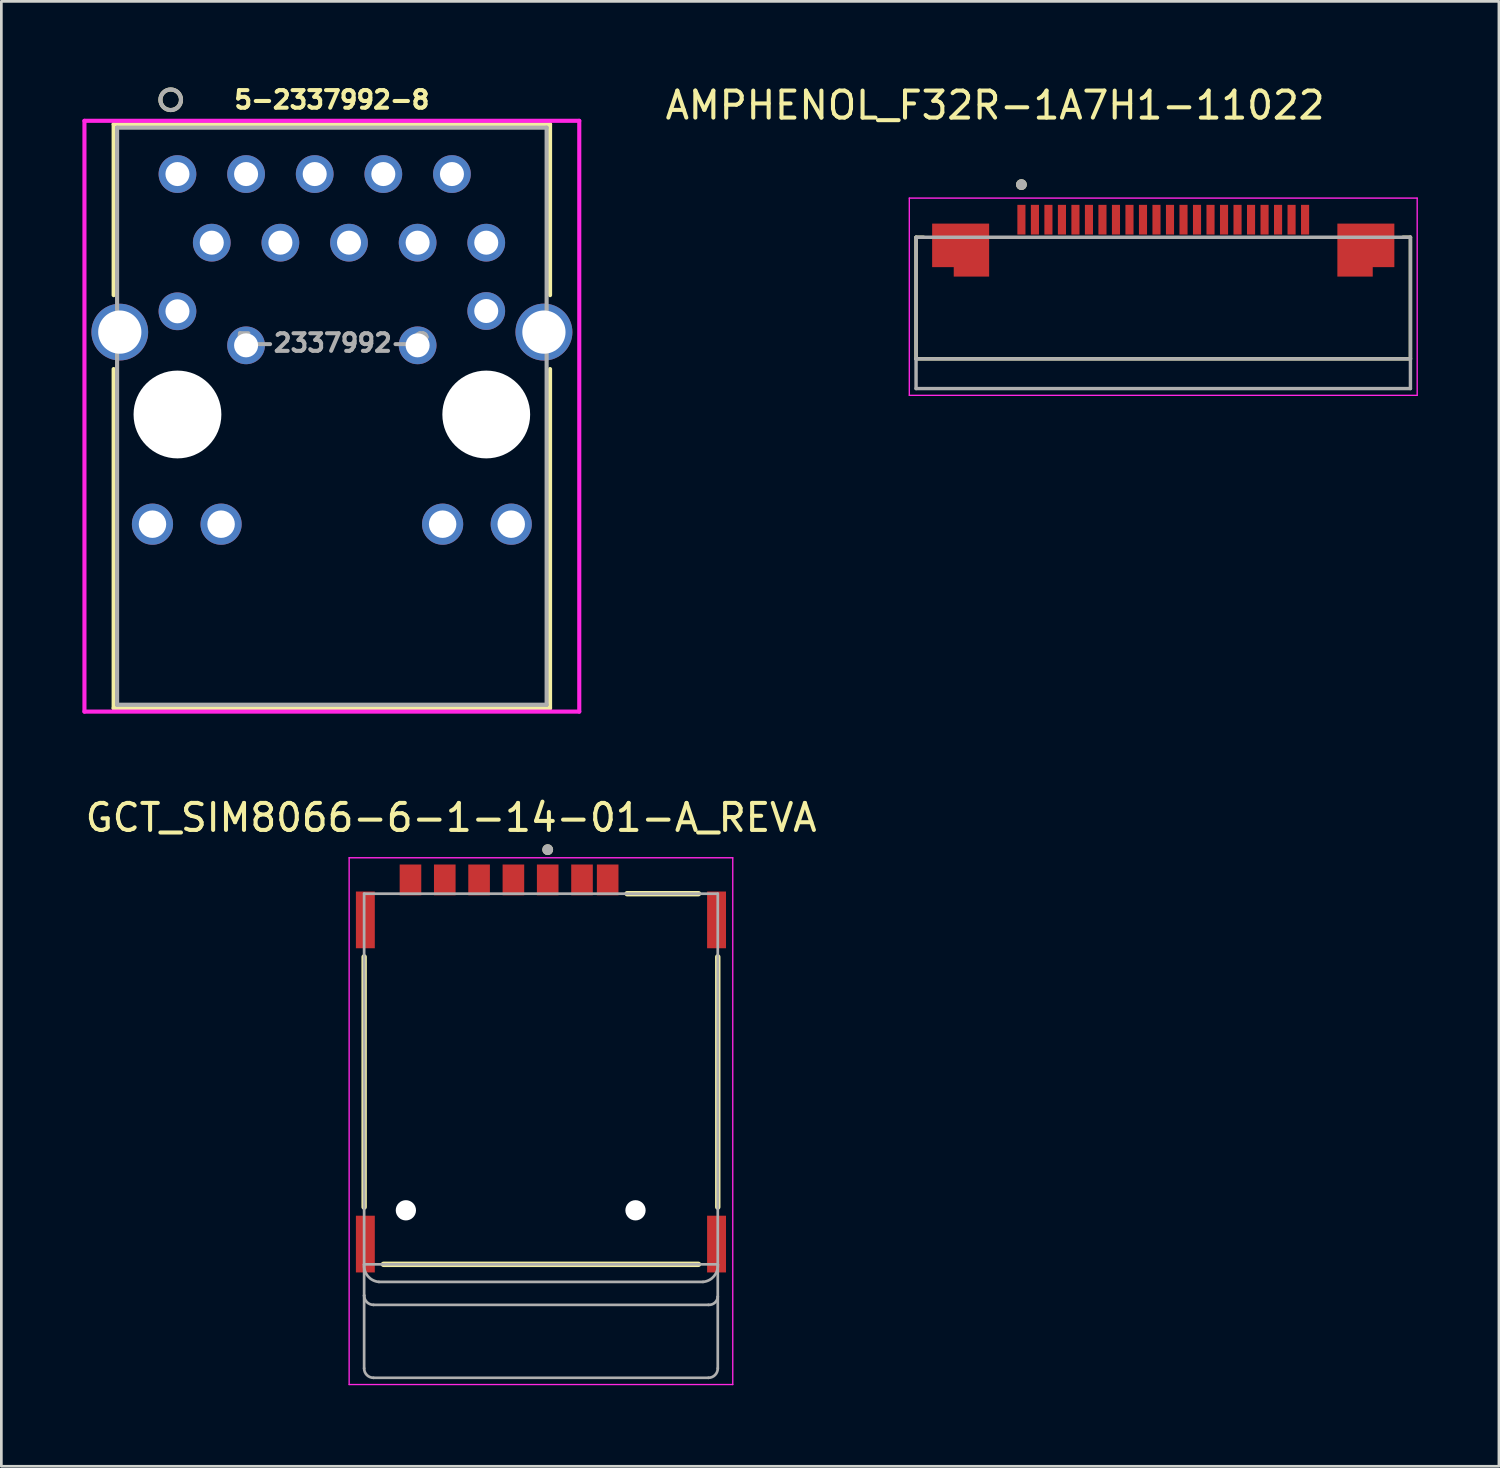
<source format=kicad_pcb>
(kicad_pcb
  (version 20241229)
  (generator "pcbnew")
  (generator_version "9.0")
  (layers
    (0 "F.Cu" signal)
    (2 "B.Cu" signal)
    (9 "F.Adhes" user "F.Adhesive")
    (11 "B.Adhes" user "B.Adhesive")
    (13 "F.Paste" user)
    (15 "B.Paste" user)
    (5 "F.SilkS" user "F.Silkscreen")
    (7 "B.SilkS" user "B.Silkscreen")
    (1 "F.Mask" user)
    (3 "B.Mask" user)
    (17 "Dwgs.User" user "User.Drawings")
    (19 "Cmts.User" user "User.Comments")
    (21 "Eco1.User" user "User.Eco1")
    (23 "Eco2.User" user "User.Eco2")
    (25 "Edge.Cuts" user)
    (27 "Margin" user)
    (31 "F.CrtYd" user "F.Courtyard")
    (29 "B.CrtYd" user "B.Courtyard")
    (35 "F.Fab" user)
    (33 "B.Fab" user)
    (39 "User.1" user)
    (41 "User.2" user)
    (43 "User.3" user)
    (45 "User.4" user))
  (footprint "GCT_SIM8066-6-1-14-01-A_REVA"
    (layer "F.Cu")
    (at 16.974 36.891)
    (property "Reference" "GCT_SIM8066-6-1-14-01-A_REVA" (at -3.325 -9.675 0) (layer "F.SilkS") (effects (font (size 1 1) (thickness 0.15))))
    (attr smd)
    (fp_line (start -6.545 -4.52) (end -6.545 4.74) (stroke (width 0.2) (type solid)) (layer "F.SilkS"))
    (fp_line (start -5.83 6.86) (end 5.83 6.86) (stroke (width 0.2) (type solid)) (layer "F.SilkS"))
    (fp_line (start 3.19 -6.86) (end 5.83 -6.86) (stroke (width 0.2) (type solid)) (layer "F.SilkS"))
    (fp_line (start 6.545 -4.52) (end 6.545 4.74) (stroke (width 0.2) (type solid)) (layer "F.SilkS"))
    (fp_circle (center 0.25 -8.49) (end 0.35 -8.49) (stroke (width 0.2) (type solid)) (fill no) (layer "F.SilkS"))
    (fp_line (start -7.1 -8.19) (end 7.1 -8.19) (stroke (width 0.05) (type solid)) (layer "F.CrtYd"))
    (fp_line (start -7.1 11.31) (end -7.1 -8.19) (stroke (width 0.05) (type solid)) (layer "F.CrtYd"))
    (fp_line (start 7.1 -8.19) (end 7.1 11.31) (stroke (width 0.05) (type solid)) (layer "F.CrtYd"))
    (fp_line (start 7.1 11.31) (end -7.1 11.31) (stroke (width 0.05) (type solid)) (layer "F.CrtYd"))
    (fp_line (start -6.545 -6.86) (end 6.545 -6.86) (stroke (width 0.1) (type solid)) (layer "F.Fab"))
    (fp_line (start -6.545 6.86) (end -6.545 -6.86) (stroke (width 0.1) (type solid)) (layer "F.Fab"))
    (fp_line (start -6.545 6.86) (end -6.545 8.01) (stroke (width 0.1) (type solid)) (layer "F.Fab"))
    (fp_line (start -6.545 8.01) (end -6.545 10.71) (stroke (width 0.1) (type solid)) (layer "F.Fab"))
    (fp_line (start -6.2 8.36) (end 6.2 8.36) (stroke (width 0.1) (type solid)) (layer "F.Fab"))
    (fp_line (start -6.2 11.06) (end 6.2 11.06) (stroke (width 0.1) (type solid)) (layer "F.Fab"))
    (fp_line (start -6 7.51) (end 6 7.51) (stroke (width 0.1) (type solid)) (layer "F.Fab"))
    (fp_line (start 6.545 -6.86) (end 6.545 6.86) (stroke (width 0.1) (type solid)) (layer "F.Fab"))
    (fp_line (start 6.545 6.86) (end -6.545 6.86) (stroke (width 0.1) (type solid)) (layer "F.Fab"))
    (fp_line (start 6.545 6.86) (end 6.545 8.06) (stroke (width 0.1) (type solid)) (layer "F.Fab"))
    (fp_line (start 6.545 8.06) (end 6.545 10.71) (stroke (width 0.1) (type solid)) (layer "F.Fab"))
    (fp_arc (start -6.2 8.36) (mid -6.444987 8.256452) (end -6.545 8.01) (stroke (width 0.1) (type solid)) (layer "F.Fab"))
    (fp_arc (start -6.2 11.06) (mid -6.444987 10.956452) (end -6.545 10.71) (stroke (width 0.1) (type solid)) (layer "F.Fab"))
    (fp_arc (start -6 7.51) (mid -6.407119 7.297873) (end -6.545 6.86) (stroke (width 0.1) (type solid)) (layer "F.Fab"))
    (fp_arc (start 6.545 6.86) (mid 6.407119 7.297873) (end 6 7.51) (stroke (width 0.1) (type solid)) (layer "F.Fab"))
    (fp_arc (start 6.545 8.06) (mid 6.434632 8.281452) (end 6.2 8.36) (stroke (width 0.1) (type solid)) (layer "F.Fab"))
    (fp_arc (start 6.545 10.71) (mid 6.444987 10.956452) (end 6.2 11.06) (stroke (width 0.1) (type solid)) (layer "F.Fab"))
    (fp_circle (center 0.25 -8.49) (end 0.35 -8.49) (stroke (width 0.2) (type solid)) (fill no) (layer "F.Fab"))
    (pad "" np_thru_hole circle (at -5 4.86) (size 0.75 0.75) (drill 0.75) (layers "*.Cu" "*.Mask"))
    (pad "" np_thru_hole circle (at 3.5 4.86) (size 0.75 0.75) (drill 0.75) (layers "*.Cu" "*.Mask"))
    (pad "C1" smd rect (at 0.25 -7.37) (size 0.8 1.14) (layers "F.Cu" "F.Mask" "F.Paste"))
    (pad "C2" smd rect (at -2.29 -7.37) (size 0.8 1.14) (layers "F.Cu" "F.Mask" "F.Paste"))
    (pad "C3" smd rect (at -4.83 -7.37) (size 0.8 1.14) (layers "F.Cu" "F.Mask" "F.Paste"))
    (pad "C5" smd rect (at 1.52 -7.37) (size 0.8 1.14) (layers "F.Cu" "F.Mask" "F.Paste"))
    (pad "C6" smd rect (at -1.02 -7.37) (size 0.8 1.14) (layers "F.Cu" "F.Mask" "F.Paste"))
    (pad "C7" smd rect (at -3.56 -7.37) (size 0.8 1.14) (layers "F.Cu" "F.Mask" "F.Paste"))
    (pad "CD" smd rect (at 2.47 -7.37) (size 0.8 1.14) (layers "F.Cu" "F.Mask" "F.Paste"))
    (pad "G1" smd rect (at -6.5 -5.89) (size 0.7 2.1) (layers "F.Cu" "F.Mask" "F.Paste"))
    (pad "G2" smd rect (at 6.5 -5.89) (size 0.7 2.1) (layers "F.Cu" "F.Mask" "F.Paste"))
    (pad "G3" smd rect (at -6.5 6.11) (size 0.7 2.1) (layers "F.Cu" "F.Mask" "F.Paste"))
    (pad "G4" smd rect (at 6.5 6.11) (size 0.7 2.1) (layers "F.Cu" "F.Mask" "F.Paste"))
    (zone (net_name "") (layer "F.Cu") (hatch full 0.508) (connect_pads) (min_thickness 0.01) (filled_areas_thickness no) (keepout (tracks not_allowed) (vias not_allowed) (pads not_allowed) (copperpour not_allowed) (footprints allowed)) (placement (enabled no)) (fill) (polygon (pts (xy 12.329 40.051) (xy 14.179 40.051) (xy 14.179 43.451) (xy 12.329 43.451))))
    (zone (net_name "") (layer "F.Cu") (hatch full 0.508) (connect_pads) (min_thickness 0.01) (filled_areas_thickness no) (keepout (tracks not_allowed) (vias not_allowed) (pads not_allowed) (copperpour not_allowed) (footprints allowed)) (placement (enabled no)) (fill) (polygon (pts (xy 12.694 34.596) (xy 13.894 34.596) (xy 13.894 37.806) (xy 12.694 37.806))))
    (zone (net_name "") (layer "F.Cu") (hatch full 0.508) (connect_pads) (min_thickness 0.01) (filled_areas_thickness no) (keepout (tracks not_allowed) (vias not_allowed) (pads not_allowed) (copperpour not_allowed) (footprints allowed)) (placement (enabled no)) (fill) (polygon (pts (xy 14.869 40.051) (xy 16.719 40.051) (xy 16.719 43.451) (xy 14.869 43.451))))
    (zone (net_name "") (layer "F.Cu") (hatch full 0.508) (connect_pads) (min_thickness 0.01) (filled_areas_thickness no) (keepout (tracks not_allowed) (vias not_allowed) (pads not_allowed) (copperpour not_allowed) (footprints allowed)) (placement (enabled no)) (fill) (polygon (pts (xy 15.234 34.596) (xy 16.434 34.596) (xy 16.434 37.806) (xy 15.234 37.806))))
    (zone (net_name "") (layer "F.Cu") (hatch full 0.508) (connect_pads) (min_thickness 0.01) (filled_areas_thickness no) (keepout (tracks not_allowed) (vias not_allowed) (pads not_allowed) (copperpour not_allowed) (footprints allowed)) (placement (enabled no)) (fill) (polygon (pts (xy 17.409 40.051) (xy 19.259 40.051) (xy 19.259 43.451) (xy 17.409 43.451))))
    (zone (net_name "") (layer "F.Cu") (hatch full 0.508) (connect_pads) (min_thickness 0.01) (filled_areas_thickness no) (keepout (tracks not_allowed) (vias not_allowed) (pads not_allowed) (copperpour not_allowed) (footprints allowed)) (placement (enabled no)) (fill) (polygon (pts (xy 17.774 31.206) (xy 18.974 31.206) (xy 18.974 33.756) (xy 17.774 33.756))))
    (zone (net_name "") (layer "F.Cu") (hatch full 0.508) (connect_pads) (min_thickness 0.01) (filled_areas_thickness no) (keepout (tracks not_allowed) (vias not_allowed) (pads not_allowed) (copperpour not_allowed) (footprints allowed)) (placement (enabled no)) (fill) (polygon (pts (xy 17.774 34.596) (xy 18.974 34.596) (xy 18.974 37.806) (xy 17.774 37.806))))
    (zone (net_name "") (layers "F.Cu" "B.Cu") (hatch full 0.508) (connect_pads) (min_thickness 0.01) (filled_areas_thickness no) (keepout (tracks allowed) (vias not_allowed) (pads allowed) (copperpour allowed) (footprints allowed)) (placement (enabled no)) (fill) (polygon (pts (xy 12.329 40.051) (xy 14.179 40.051) (xy 14.179 43.451) (xy 12.329 43.451))))
    (zone (net_name "") (layers "F.Cu" "B.Cu") (hatch full 0.508) (connect_pads) (min_thickness 0.01) (filled_areas_thickness no) (keepout (tracks allowed) (vias not_allowed) (pads allowed) (copperpour allowed) (footprints allowed)) (placement (enabled no)) (fill) (polygon (pts (xy 12.694 34.596) (xy 13.894 34.596) (xy 13.894 37.806) (xy 12.694 37.806))))
    (zone (net_name "") (layers "F.Cu" "B.Cu") (hatch full 0.508) (connect_pads) (min_thickness 0.01) (filled_areas_thickness no) (keepout (tracks allowed) (vias not_allowed) (pads allowed) (copperpour allowed) (footprints allowed)) (placement (enabled no)) (fill) (polygon (pts (xy 14.869 40.051) (xy 16.719 40.051) (xy 16.719 43.451) (xy 14.869 43.451))))
    (zone (net_name "") (layers "F.Cu" "B.Cu") (hatch full 0.508) (connect_pads) (min_thickness 0.01) (filled_areas_thickness no) (keepout (tracks allowed) (vias not_allowed) (pads allowed) (copperpour allowed) (footprints allowed)) (placement (enabled no)) (fill) (polygon (pts (xy 15.234 34.596) (xy 16.434 34.596) (xy 16.434 37.806) (xy 15.234 37.806))))
    (zone (net_name "") (layers "F.Cu" "B.Cu") (hatch full 0.508) (connect_pads) (min_thickness 0.01) (filled_areas_thickness no) (keepout (tracks allowed) (vias not_allowed) (pads allowed) (copperpour allowed) (footprints allowed)) (placement (enabled no)) (fill) (polygon (pts (xy 17.409 40.051) (xy 19.259 40.051) (xy 19.259 43.451) (xy 17.409 43.451))))
    (zone (net_name "") (layers "F.Cu" "B.Cu") (hatch full 0.508) (connect_pads) (min_thickness 0.01) (filled_areas_thickness no) (keepout (tracks allowed) (vias not_allowed) (pads allowed) (copperpour allowed) (footprints allowed)) (placement (enabled no)) (fill) (polygon (pts (xy 17.774 31.206) (xy 18.974 31.206) (xy 18.974 33.756) (xy 17.774 33.756))))
    (zone (net_name "") (layers "F.Cu" "B.Cu") (hatch full 0.508) (connect_pads) (min_thickness 0.01) (filled_areas_thickness no) (keepout (tracks allowed) (vias not_allowed) (pads allowed) (copperpour allowed) (footprints allowed)) (placement (enabled no)) (fill) (polygon (pts (xy 17.774 34.596) (xy 18.974 34.596) (xy 18.974 37.806) (xy 17.774 37.806)))))
  (footprint "AMPHENOL_F32R-1A7H1-11022"
    (layer "F.Cu")
    (at 40.009 7.983)
    (property "Reference" "AMPHENOL_F32R-1A7H1-11022" (at -6.225 -7.135 0) (layer "F.SilkS") (effects (font (size 1 1) (thickness 0.15))))
    (attr smd)
    (fp_poly (pts (xy -8.65 -1.05) (xy -7.85 -1.05) (xy -7.85 -0.7) (xy -6.35 -0.7) (xy -6.35 -2.85) (xy -8.65 -2.85)) (stroke (width 0.01) (type solid)) (fill yes) (layer "F.Mask"))
    (fp_poly (pts (xy 6.35 -0.7) (xy 7.85 -0.7) (xy 7.85 -1.05) (xy 8.65 -1.05) (xy 8.65 -2.85) (xy 6.35 -2.85)) (stroke (width 0.01) (type solid)) (fill yes) (layer "F.Mask"))
    (fp_line (start -9.15 -2.25) (end -9.15 2.25) (stroke (width 0.127) (type solid)) (layer "F.SilkS"))
    (fp_line (start -9.15 2.25) (end 9.15 2.25) (stroke (width 0.127) (type solid)) (layer "F.SilkS"))
    (fp_line (start -8.87 -2.25) (end -9.15 -2.25) (stroke (width 0.127) (type solid)) (layer "F.SilkS"))
    (fp_line (start 9.15 -2.25) (end 8.87 -2.25) (stroke (width 0.127) (type solid)) (layer "F.SilkS"))
    (fp_line (start 9.15 2.25) (end 9.15 -2.25) (stroke (width 0.127) (type solid)) (layer "F.SilkS"))
    (fp_circle (center -5.25 -4.2) (end -5.15 -4.2) (stroke (width 0.2) (type solid)) (fill no) (layer "F.SilkS"))
    (fp_poly (pts (xy -8.55 -1.15) (xy -7.75 -1.15) (xy -7.75 -0.8) (xy -6.45 -0.8) (xy -6.45 -2.75) (xy -8.55 -2.75)) (stroke (width 0.01) (type solid)) (fill yes) (layer "F.Paste"))
    (fp_poly (pts (xy 7.75 -0.8) (xy 6.45 -0.8) (xy 6.45 -2.75) (xy 8.55 -2.75) (xy 8.55 -1.15) (xy 7.75 -1.15)) (stroke (width 0.01) (type solid)) (fill yes) (layer "F.Paste"))
    (fp_line (start -9.4 -3.7) (end -9.4 3.6) (stroke (width 0.05) (type solid)) (layer "F.CrtYd"))
    (fp_line (start -9.4 3.6) (end 9.4 3.6) (stroke (width 0.05) (type solid)) (layer "F.CrtYd"))
    (fp_line (start 9.4 -3.7) (end -9.4 -3.7) (stroke (width 0.05) (type solid)) (layer "F.CrtYd"))
    (fp_line (start 9.4 3.6) (end 9.4 -3.7) (stroke (width 0.05) (type solid)) (layer "F.CrtYd"))
    (fp_line (start -9.15 -2.25) (end -9.15 2.25) (stroke (width 0.127) (type solid)) (layer "F.Fab"))
    (fp_line (start -9.15 2.25) (end -9.15 3.35) (stroke (width 0.127) (type solid)) (layer "F.Fab"))
    (fp_line (start -9.15 2.25) (end 9.15 2.25) (stroke (width 0.127) (type solid)) (layer "F.Fab"))
    (fp_line (start -9.15 3.35) (end 9.15 3.35) (stroke (width 0.127) (type solid)) (layer "F.Fab"))
    (fp_line (start 9.15 -2.25) (end -9.15 -2.25) (stroke (width 0.127) (type solid)) (layer "F.Fab"))
    (fp_line (start 9.15 2.25) (end 9.15 -2.25) (stroke (width 0.127) (type solid)) (layer "F.Fab"))
    (fp_line (start 9.15 3.35) (end 9.15 2.25) (stroke (width 0.127) (type solid)) (layer "F.Fab"))
    (fp_circle (center -5.25 -4.2) (end -5.15 -4.2) (stroke (width 0.2) (type solid)) (fill no) (layer "F.Fab"))
    (pad "1" smd rect (at -5.25 -2.9) (size 0.3 1.1) (layers "F.Cu" "F.Mask" "F.Paste"))
    (pad "2" smd rect (at -4.75 -2.9) (size 0.3 1.1) (layers "F.Cu" "F.Mask" "F.Paste"))
    (pad "3" smd rect (at -4.25 -2.9) (size 0.3 1.1) (layers "F.Cu" "F.Mask" "F.Paste"))
    (pad "4" smd rect (at -3.75 -2.9) (size 0.3 1.1) (layers "F.Cu" "F.Mask" "F.Paste"))
    (pad "5" smd rect (at -3.25 -2.9) (size 0.3 1.1) (layers "F.Cu" "F.Mask" "F.Paste"))
    (pad "6" smd rect (at -2.75 -2.9) (size 0.3 1.1) (layers "F.Cu" "F.Mask" "F.Paste"))
    (pad "7" smd rect (at -2.25 -2.9) (size 0.3 1.1) (layers "F.Cu" "F.Mask" "F.Paste"))
    (pad "8" smd rect (at -1.75 -2.9) (size 0.3 1.1) (layers "F.Cu" "F.Mask" "F.Paste"))
    (pad "9" smd rect (at -1.25 -2.9) (size 0.3 1.1) (layers "F.Cu" "F.Mask" "F.Paste"))
    (pad "10" smd rect (at -0.75 -2.9) (size 0.3 1.1) (layers "F.Cu" "F.Mask" "F.Paste"))
    (pad "11" smd rect (at -0.25 -2.9) (size 0.3 1.1) (layers "F.Cu" "F.Mask" "F.Paste"))
    (pad "12" smd rect (at 0.25 -2.9) (size 0.3 1.1) (layers "F.Cu" "F.Mask" "F.Paste"))
    (pad "13" smd rect (at 0.75 -2.9) (size 0.3 1.1) (layers "F.Cu" "F.Mask" "F.Paste"))
    (pad "14" smd rect (at 1.25 -2.9) (size 0.3 1.1) (layers "F.Cu" "F.Mask" "F.Paste"))
    (pad "15" smd rect (at 1.75 -2.9) (size 0.3 1.1) (layers "F.Cu" "F.Mask" "F.Paste"))
    (pad "16" smd rect (at 2.25 -2.9) (size 0.3 1.1) (layers "F.Cu" "F.Mask" "F.Paste"))
    (pad "17" smd rect (at 2.75 -2.9) (size 0.3 1.1) (layers "F.Cu" "F.Mask" "F.Paste"))
    (pad "18" smd rect (at 3.25 -2.9) (size 0.3 1.1) (layers "F.Cu" "F.Mask" "F.Paste"))
    (pad "19" smd rect (at 3.75 -2.9) (size 0.3 1.1) (layers "F.Cu" "F.Mask" "F.Paste"))
    (pad "20" smd rect (at 4.25 -2.9) (size 0.3 1.1) (layers "F.Cu" "F.Mask" "F.Paste"))
    (pad "21" smd rect (at 4.75 -2.9) (size 0.3 1.1) (layers "F.Cu" "F.Mask" "F.Paste"))
    (pad "22" smd rect (at 5.25 -2.9) (size 0.3 1.1) (layers "F.Cu" "F.Mask" "F.Paste"))
    (pad "S1" smd custom (at -7.5 -1.95) (size 0.5 0.5) (layers "F.Cu") (options (anchor rect)) (primitives (gr_poly (pts (xy -1.05 -0.8) (xy 1.05 -0.8) (xy 1.05 1.15) (xy -0.25 1.15) (xy -0.25 0.8) (xy -1.05 0.8)) (width 0.01) (fill yes))))
    (pad "S2" smd custom (at 7.5 -1.95) (size 0.5 0.5) (layers "F.Cu") (options (anchor rect)) (primitives (gr_poly (pts (xy -1.05 -0.8) (xy -1.05 1.15) (xy 0.25 1.15) (xy 0.25 0.8) (xy 1.05 0.8) (xy 1.05 -0.8)) (width 0.01) (fill yes)))))
  (footprint "5-2337992-8"
    (layer "F.Cu")
    (at 3.519 3.393)
    (property "Reference" "5-2337992-8" (at 5.715 -2.75 0) (layer "F.SilkS") (effects (font (size 0.65 0.65) (thickness 0.15))))
    (attr through_hole)
    (fp_line (start -2.362 -1.844) (end -2.362 4.482) (stroke (width 0.152) (type solid)) (layer "F.SilkS"))
    (fp_line (start -2.362 7.218) (end -2.362 19.771) (stroke (width 0.152) (type solid)) (layer "F.SilkS"))
    (fp_line (start -2.362 19.771) (end 13.792 19.771) (stroke (width 0.152) (type solid)) (layer "F.SilkS"))
    (fp_line (start 13.792 -1.844) (end -2.362 -1.844) (stroke (width 0.152) (type solid)) (layer "F.SilkS"))
    (fp_line (start 13.792 4.482) (end 13.792 -1.844) (stroke (width 0.152) (type solid)) (layer "F.SilkS"))
    (fp_line (start 13.792 19.771) (end 13.792 7.218) (stroke (width 0.152) (type solid)) (layer "F.SilkS"))
    (fp_circle (center -0.25 -2.75) (end 0.131 -2.75) (stroke (width 0.152) (type solid)) (fill no) (layer "F.SilkS"))
    (fp_line (start -3.443 -1.971) (end -3.443 19.898) (stroke (width 0.152) (type solid)) (layer "F.CrtYd"))
    (fp_line (start -3.443 19.898) (end 14.873 19.898) (stroke (width 0.152) (type solid)) (layer "F.CrtYd"))
    (fp_line (start 14.873 -1.971) (end -3.443 -1.971) (stroke (width 0.152) (type solid)) (layer "F.CrtYd"))
    (fp_line (start 14.873 19.898) (end 14.873 -1.971) (stroke (width 0.152) (type solid)) (layer "F.CrtYd"))
    (fp_line (start -2.235 -1.717) (end -2.235 19.644) (stroke (width 0.152) (type solid)) (layer "F.Fab"))
    (fp_line (start -2.235 19.644) (end 13.665 19.644) (stroke (width 0.152) (type solid)) (layer "F.Fab"))
    (fp_line (start 13.665 -1.717) (end -2.235 -1.717) (stroke (width 0.152) (type solid)) (layer "F.Fab"))
    (fp_line (start 13.665 19.644) (end 13.665 -1.717) (stroke (width 0.152) (type solid)) (layer "F.Fab"))
    (fp_circle (center -0.25 -2.75) (end 0.131 -2.75) (stroke (width 0.152) (type solid)) (fill no) (layer "F.Fab"))
    (fp_text user "${REFERENCE}" (at 5.75 6.25 0) (layer "F.Fab") (effects (font (size 0.65 0.65) (thickness 0.15))))
    (pad "" np_thru_hole circle (at 0 8.9) (size 3.25 3.25) (drill 3.25) (layers "*.Cu" "*.Mask"))
    (pad "" np_thru_hole circle (at 11.43 8.9) (size 3.25 3.25) (drill 3.25) (layers "*.Cu" "*.Mask"))
    (pad "1" thru_hole circle (at 0 0) (size 1.397 1.397) (drill 0.889) (layers "*.Cu" "*.Mask"))
    (pad "2" thru_hole circle (at 1.27 2.54) (size 1.397 1.397) (drill 0.889) (layers "*.Cu" "*.Mask"))
    (pad "3" thru_hole circle (at 2.54 0) (size 1.397 1.397) (drill 0.889) (layers "*.Cu" "*.Mask"))
    (pad "4" thru_hole circle (at 3.81 2.54) (size 1.397 1.397) (drill 0.889) (layers "*.Cu" "*.Mask"))
    (pad "5" thru_hole circle (at 5.08 0) (size 1.397 1.397) (drill 0.889) (layers "*.Cu" "*.Mask"))
    (pad "6" thru_hole circle (at 6.35 2.54) (size 1.397 1.397) (drill 0.889) (layers "*.Cu" "*.Mask"))
    (pad "7" thru_hole circle (at 7.62 0) (size 1.397 1.397) (drill 0.889) (layers "*.Cu" "*.Mask"))
    (pad "8" thru_hole circle (at 8.89 2.54) (size 1.397 1.397) (drill 0.889) (layers "*.Cu" "*.Mask"))
    (pad "9" thru_hole circle (at 10.16 0) (size 1.397 1.397) (drill 0.889) (layers "*.Cu" "*.Mask"))
    (pad "10" thru_hole circle (at 11.43 2.54) (size 1.397 1.397) (drill 0.889) (layers "*.Cu" "*.Mask"))
    (pad "11" thru_hole circle (at 0 5.08) (size 1.397 1.397) (drill 0.889) (layers "*.Cu" "*.Mask"))
    (pad "12" thru_hole circle (at 2.54 6.34) (size 1.397 1.397) (drill 0.889) (layers "*.Cu" "*.Mask"))
    (pad "13" thru_hole circle (at 8.89 6.34) (size 1.397 1.397) (drill 0.889) (layers "*.Cu" "*.Mask"))
    (pad "14" thru_hole circle (at 11.43 5.07) (size 1.397 1.397) (drill 0.889) (layers "*.Cu" "*.Mask"))
    (pad "15" thru_hole circle (at -0.925 12.96) (size 1.524 1.524) (drill 1.016) (layers "*.Cu" "*.Mask"))
    (pad "16" thru_hole circle (at 1.615 12.96) (size 1.524 1.524) (drill 1.016) (layers "*.Cu" "*.Mask"))
    (pad "17" thru_hole circle (at 9.815 12.96) (size 1.524 1.524) (drill 1.016) (layers "*.Cu" "*.Mask"))
    (pad "18" thru_hole circle (at 12.355 12.96) (size 1.524 1.524) (drill 1.016) (layers "*.Cu" "*.Mask"))
    (pad "19" thru_hole circle (at -2.135 5.85) (size 2.1 2.1) (drill 1.6) (layers "*.Cu" "*.Mask"))
    (pad "20" thru_hole circle (at 13.565 5.85) (size 2.108 2.108) (drill 1.6) (layers "*.Cu" "*.Mask")))
  (gr_rect
    (start -3 -3)
    (end 52.434 51.226)
    (stroke (width 0.1) (type default))
    (fill no)
    (layer "Edge.Cuts")))
</source>
